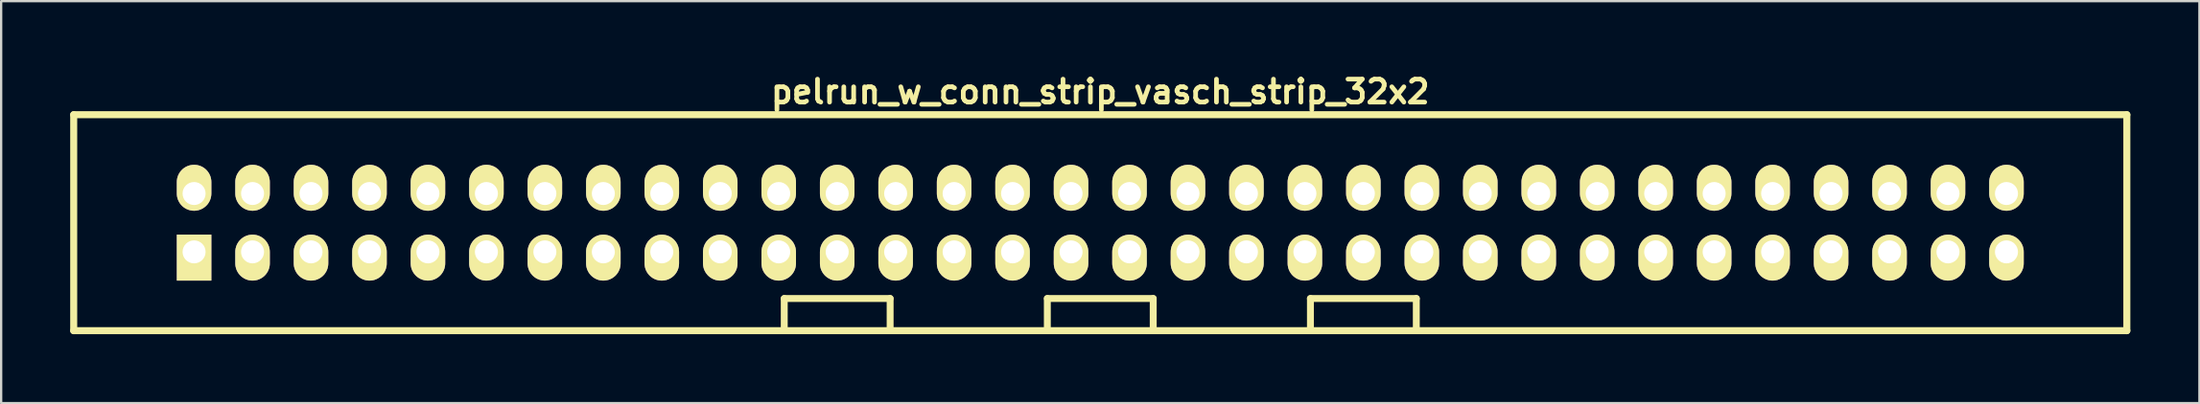
<source format=kicad_pcb>
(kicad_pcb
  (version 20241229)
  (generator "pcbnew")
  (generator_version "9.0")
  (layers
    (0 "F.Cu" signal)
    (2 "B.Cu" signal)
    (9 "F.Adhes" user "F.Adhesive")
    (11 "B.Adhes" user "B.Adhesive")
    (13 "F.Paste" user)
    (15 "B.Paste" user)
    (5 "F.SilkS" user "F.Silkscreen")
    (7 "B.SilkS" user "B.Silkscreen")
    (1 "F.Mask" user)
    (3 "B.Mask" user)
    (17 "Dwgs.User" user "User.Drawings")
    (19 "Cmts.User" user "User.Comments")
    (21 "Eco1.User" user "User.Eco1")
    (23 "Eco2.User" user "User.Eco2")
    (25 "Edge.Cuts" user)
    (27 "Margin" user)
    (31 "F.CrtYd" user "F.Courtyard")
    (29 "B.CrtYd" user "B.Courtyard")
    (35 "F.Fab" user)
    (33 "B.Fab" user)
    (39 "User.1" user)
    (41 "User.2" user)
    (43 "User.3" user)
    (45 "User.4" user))
  (footprint "pelrun_w_conn_strip_vasch_strip_32x2"
    (layer "F.Cu")
    (at 44.752 6.642)
    (property "Reference" "pelrun_w_conn_strip_vasch_strip_32x2" (at 0 -5.7 0) (layer "F.SilkS") (effects (font (size 1 1) (thickness 0.203))))
    (attr through_hole)
    (fp_line (start -44.6 -4.7) (end -44.6 4.7) (stroke (width 0.305) (type solid)) (layer "F.SilkS"))
    (fp_line (start -44.6 4.7) (end 44.6 4.7) (stroke (width 0.305) (type solid)) (layer "F.SilkS"))
    (fp_line (start -13.73 3.3) (end -13.73 4.7) (stroke (width 0.3) (type solid)) (layer "F.SilkS"))
    (fp_line (start -9.13 3.3) (end -13.73 3.3) (stroke (width 0.3) (type solid)) (layer "F.SilkS"))
    (fp_line (start -9.13 4.7) (end -9.13 3.3) (stroke (width 0.3) (type solid)) (layer "F.SilkS"))
    (fp_line (start -2.3 3.3) (end -2.3 4.7) (stroke (width 0.3) (type solid)) (layer "F.SilkS"))
    (fp_line (start 2.3 3.3) (end -2.3 3.3) (stroke (width 0.3) (type solid)) (layer "F.SilkS"))
    (fp_line (start 2.3 4.7) (end 2.3 3.3) (stroke (width 0.3) (type solid)) (layer "F.SilkS"))
    (fp_line (start 9.13 3.3) (end 9.13 4.7) (stroke (width 0.3) (type solid)) (layer "F.SilkS"))
    (fp_line (start 13.73 3.3) (end 9.13 3.3) (stroke (width 0.3) (type solid)) (layer "F.SilkS"))
    (fp_line (start 13.73 4.7) (end 13.73 3.3) (stroke (width 0.3) (type solid)) (layer "F.SilkS"))
    (fp_line (start 44.6 -4.7) (end -44.6 -4.7) (stroke (width 0.305) (type solid)) (layer "F.SilkS"))
    (fp_line (start 44.6 -4.7) (end 44.6 4.7) (stroke (width 0.305) (type solid)) (layer "F.SilkS"))
    (pad "1" thru_hole rect (at -39.37 1.27) (size 1.5 2) (drill 1 (offset 0 0.25)) (layers "*.Cu" "*.Mask" "F.SilkS"))
    (pad "2" thru_hole oval (at -39.37 -1.27) (size 1.5 2) (drill 1 (offset 0 -0.25)) (layers "*.Cu" "*.Mask" "F.SilkS"))
    (pad "3" thru_hole oval (at -36.83 1.27) (size 1.5 2) (drill 1 (offset 0 0.25)) (layers "*.Cu" "*.Mask" "F.SilkS"))
    (pad "4" thru_hole oval (at -36.83 -1.27) (size 1.5 2) (drill 1 (offset 0 -0.25)) (layers "*.Cu" "*.Mask" "F.SilkS"))
    (pad "5" thru_hole oval (at -34.29 1.27) (size 1.5 2) (drill 1 (offset 0 0.25)) (layers "*.Cu" "*.Mask" "F.SilkS"))
    (pad "6" thru_hole oval (at -34.29 -1.27) (size 1.5 2) (drill 1 (offset 0 -0.25)) (layers "*.Cu" "*.Mask" "F.SilkS"))
    (pad "7" thru_hole oval (at -31.75 1.27) (size 1.5 2) (drill 1 (offset 0 0.25)) (layers "*.Cu" "*.Mask" "F.SilkS"))
    (pad "8" thru_hole oval (at -31.75 -1.27) (size 1.5 2) (drill 1 (offset 0 -0.25)) (layers "*.Cu" "*.Mask" "F.SilkS"))
    (pad "9" thru_hole oval (at -29.21 1.27) (size 1.5 2) (drill 1 (offset 0 0.25)) (layers "*.Cu" "*.Mask" "F.SilkS"))
    (pad "10" thru_hole oval (at -29.21 -1.27) (size 1.5 2) (drill 1 (offset 0 -0.25)) (layers "*.Cu" "*.Mask" "F.SilkS"))
    (pad "11" thru_hole oval (at -26.67 1.27) (size 1.5 2) (drill 1 (offset 0 0.25)) (layers "*.Cu" "*.Mask" "F.SilkS"))
    (pad "12" thru_hole oval (at -26.67 -1.27) (size 1.5 2) (drill 1 (offset 0 -0.25)) (layers "*.Cu" "*.Mask" "F.SilkS"))
    (pad "13" thru_hole oval (at -24.13 1.27) (size 1.5 2) (drill 1 (offset 0 0.25)) (layers "*.Cu" "*.Mask" "F.SilkS"))
    (pad "14" thru_hole oval (at -24.13 -1.27) (size 1.5 2) (drill 1 (offset 0 -0.25)) (layers "*.Cu" "*.Mask" "F.SilkS"))
    (pad "15" thru_hole oval (at -21.59 1.27) (size 1.5 2) (drill 1 (offset 0 0.25)) (layers "*.Cu" "*.Mask" "F.SilkS"))
    (pad "16" thru_hole oval (at -21.59 -1.27) (size 1.5 2) (drill 1 (offset 0 -0.25)) (layers "*.Cu" "*.Mask" "F.SilkS"))
    (pad "17" thru_hole oval (at -19.05 1.27) (size 1.5 2) (drill 1 (offset 0 0.25)) (layers "*.Cu" "*.Mask" "F.SilkS"))
    (pad "18" thru_hole oval (at -19.05 -1.27) (size 1.5 2) (drill 1 (offset 0 -0.25)) (layers "*.Cu" "*.Mask" "F.SilkS"))
    (pad "19" thru_hole oval (at -16.51 1.27) (size 1.5 2) (drill 1 (offset 0 0.25)) (layers "*.Cu" "*.Mask" "F.SilkS"))
    (pad "20" thru_hole oval (at -16.51 -1.27) (size 1.5 2) (drill 1 (offset 0 -0.25)) (layers "*.Cu" "*.Mask" "F.SilkS"))
    (pad "21" thru_hole oval (at -13.97 1.27) (size 1.5 2) (drill 1 (offset 0 0.25)) (layers "*.Cu" "*.Mask" "F.SilkS"))
    (pad "22" thru_hole oval (at -13.97 -1.27) (size 1.5 2) (drill 1 (offset 0 -0.25)) (layers "*.Cu" "*.Mask" "F.SilkS"))
    (pad "23" thru_hole oval (at -11.43 1.27) (size 1.5 2) (drill 1 (offset 0 0.25)) (layers "*.Cu" "*.Mask" "F.SilkS"))
    (pad "24" thru_hole oval (at -11.43 -1.27) (size 1.5 2) (drill 1 (offset 0 -0.25)) (layers "*.Cu" "*.Mask" "F.SilkS"))
    (pad "25" thru_hole oval (at -8.89 1.27) (size 1.5 2) (drill 1 (offset 0 0.25)) (layers "*.Cu" "*.Mask" "F.SilkS"))
    (pad "26" thru_hole oval (at -8.89 -1.27) (size 1.5 2) (drill 1 (offset 0 -0.25)) (layers "*.Cu" "*.Mask" "F.SilkS"))
    (pad "27" thru_hole oval (at -6.35 1.27) (size 1.5 2) (drill 1 (offset 0 0.25)) (layers "*.Cu" "*.Mask" "F.SilkS"))
    (pad "28" thru_hole oval (at -6.35 -1.27) (size 1.5 2) (drill 1 (offset 0 -0.25)) (layers "*.Cu" "*.Mask" "F.SilkS"))
    (pad "29" thru_hole oval (at -3.81 1.27) (size 1.5 2) (drill 1 (offset 0 0.25)) (layers "*.Cu" "*.Mask" "F.SilkS"))
    (pad "30" thru_hole oval (at -3.81 -1.27) (size 1.5 2) (drill 1 (offset 0 -0.25)) (layers "*.Cu" "*.Mask" "F.SilkS"))
    (pad "31" thru_hole oval (at -1.27 1.27) (size 1.5 2) (drill 1 (offset 0 0.25)) (layers "*.Cu" "*.Mask" "F.SilkS"))
    (pad "32" thru_hole oval (at -1.27 -1.27) (size 1.5 2) (drill 1 (offset 0 -0.25)) (layers "*.Cu" "*.Mask" "F.SilkS"))
    (pad "33" thru_hole oval (at 1.27 1.27) (size 1.5 2) (drill 1 (offset 0 0.25)) (layers "*.Cu" "*.Mask" "F.SilkS"))
    (pad "34" thru_hole oval (at 1.27 -1.27) (size 1.5 2) (drill 1 (offset 0 -0.25)) (layers "*.Cu" "*.Mask" "F.SilkS"))
    (pad "35" thru_hole oval (at 3.81 1.27) (size 1.5 2) (drill 1 (offset 0 0.25)) (layers "*.Cu" "*.Mask" "F.SilkS"))
    (pad "36" thru_hole oval (at 3.81 -1.27) (size 1.5 2) (drill 1 (offset 0 -0.25)) (layers "*.Cu" "*.Mask" "F.SilkS"))
    (pad "37" thru_hole oval (at 6.35 1.27) (size 1.5 2) (drill 1 (offset 0 0.25)) (layers "*.Cu" "*.Mask" "F.SilkS"))
    (pad "38" thru_hole oval (at 6.35 -1.27) (size 1.5 2) (drill 1 (offset 0 -0.25)) (layers "*.Cu" "*.Mask" "F.SilkS"))
    (pad "39" thru_hole oval (at 8.89 1.27) (size 1.5 2) (drill 1 (offset 0 0.25)) (layers "*.Cu" "*.Mask" "F.SilkS"))
    (pad "40" thru_hole oval (at 8.89 -1.27) (size 1.5 2) (drill 1 (offset 0 -0.25)) (layers "*.Cu" "*.Mask" "F.SilkS"))
    (pad "41" thru_hole oval (at 11.43 1.27) (size 1.5 2) (drill 1 (offset 0 0.25)) (layers "*.Cu" "*.Mask" "F.SilkS"))
    (pad "42" thru_hole oval (at 11.43 -1.27) (size 1.5 2) (drill 1 (offset 0 -0.25)) (layers "*.Cu" "*.Mask" "F.SilkS"))
    (pad "43" thru_hole oval (at 13.97 1.27) (size 1.5 2) (drill 1 (offset 0 0.25)) (layers "*.Cu" "*.Mask" "F.SilkS"))
    (pad "44" thru_hole oval (at 13.97 -1.27) (size 1.5 2) (drill 1 (offset 0 -0.25)) (layers "*.Cu" "*.Mask" "F.SilkS"))
    (pad "45" thru_hole oval (at 16.51 1.27) (size 1.5 2) (drill 1 (offset 0 0.25)) (layers "*.Cu" "*.Mask" "F.SilkS"))
    (pad "46" thru_hole oval (at 16.51 -1.27) (size 1.5 2) (drill 1 (offset 0 -0.25)) (layers "*.Cu" "*.Mask" "F.SilkS"))
    (pad "47" thru_hole oval (at 19.05 1.27) (size 1.5 2) (drill 1 (offset 0 0.25)) (layers "*.Cu" "*.Mask" "F.SilkS"))
    (pad "48" thru_hole oval (at 19.05 -1.27) (size 1.5 2) (drill 1 (offset 0 -0.25)) (layers "*.Cu" "*.Mask" "F.SilkS"))
    (pad "49" thru_hole oval (at 21.59 1.27) (size 1.5 2) (drill 1 (offset 0 0.25)) (layers "*.Cu" "*.Mask" "F.SilkS"))
    (pad "50" thru_hole oval (at 21.59 -1.27) (size 1.5 2) (drill 1 (offset 0 -0.25)) (layers "*.Cu" "*.Mask" "F.SilkS"))
    (pad "51" thru_hole oval (at 24.13 1.27) (size 1.5 2) (drill 1 (offset 0 0.25)) (layers "*.Cu" "*.Mask" "F.SilkS"))
    (pad "52" thru_hole oval (at 24.13 -1.27) (size 1.5 2) (drill 1 (offset 0 -0.25)) (layers "*.Cu" "*.Mask" "F.SilkS"))
    (pad "53" thru_hole oval (at 26.67 1.27) (size 1.5 2) (drill 1 (offset 0 0.25)) (layers "*.Cu" "*.Mask" "F.SilkS"))
    (pad "54" thru_hole oval (at 26.67 -1.27) (size 1.5 2) (drill 1 (offset 0 -0.25)) (layers "*.Cu" "*.Mask" "F.SilkS"))
    (pad "55" thru_hole oval (at 29.21 1.27) (size 1.5 2) (drill 1 (offset 0 0.25)) (layers "*.Cu" "*.Mask" "F.SilkS"))
    (pad "56" thru_hole oval (at 29.21 -1.27) (size 1.5 2) (drill 1 (offset 0 -0.25)) (layers "*.Cu" "*.Mask" "F.SilkS"))
    (pad "57" thru_hole oval (at 31.75 1.27) (size 1.5 2) (drill 1 (offset 0 0.25)) (layers "*.Cu" "*.Mask" "F.SilkS"))
    (pad "58" thru_hole oval (at 31.75 -1.27) (size 1.5 2) (drill 1 (offset 0 -0.25)) (layers "*.Cu" "*.Mask" "F.SilkS"))
    (pad "59" thru_hole oval (at 34.29 1.27) (size 1.5 2) (drill 1 (offset 0 0.25)) (layers "*.Cu" "*.Mask" "F.SilkS"))
    (pad "60" thru_hole oval (at 34.29 -1.27) (size 1.5 2) (drill 1 (offset 0 -0.25)) (layers "*.Cu" "*.Mask" "F.SilkS"))
    (pad "61" thru_hole oval (at 36.83 1.27) (size 1.5 2) (drill 1 (offset 0 0.25)) (layers "*.Cu" "*.Mask" "F.SilkS"))
    (pad "62" thru_hole oval (at 36.83 -1.27) (size 1.5 2) (drill 1 (offset 0 -0.25)) (layers "*.Cu" "*.Mask" "F.SilkS"))
    (pad "63" thru_hole oval (at 39.37 1.27) (size 1.5 2) (drill 1 (offset 0 0.25)) (layers "*.Cu" "*.Mask" "F.SilkS"))
    (pad "64" thru_hole oval (at 39.37 -1.27) (size 1.5 2) (drill 1 (offset 0 -0.25)) (layers "*.Cu" "*.Mask" "F.SilkS")))
  (gr_rect
    (start -3 -3)
    (end 92.505 14.494)
    (stroke (width 0.1) (type default))
    (fill no)
    (layer "Edge.Cuts")))
</source>
